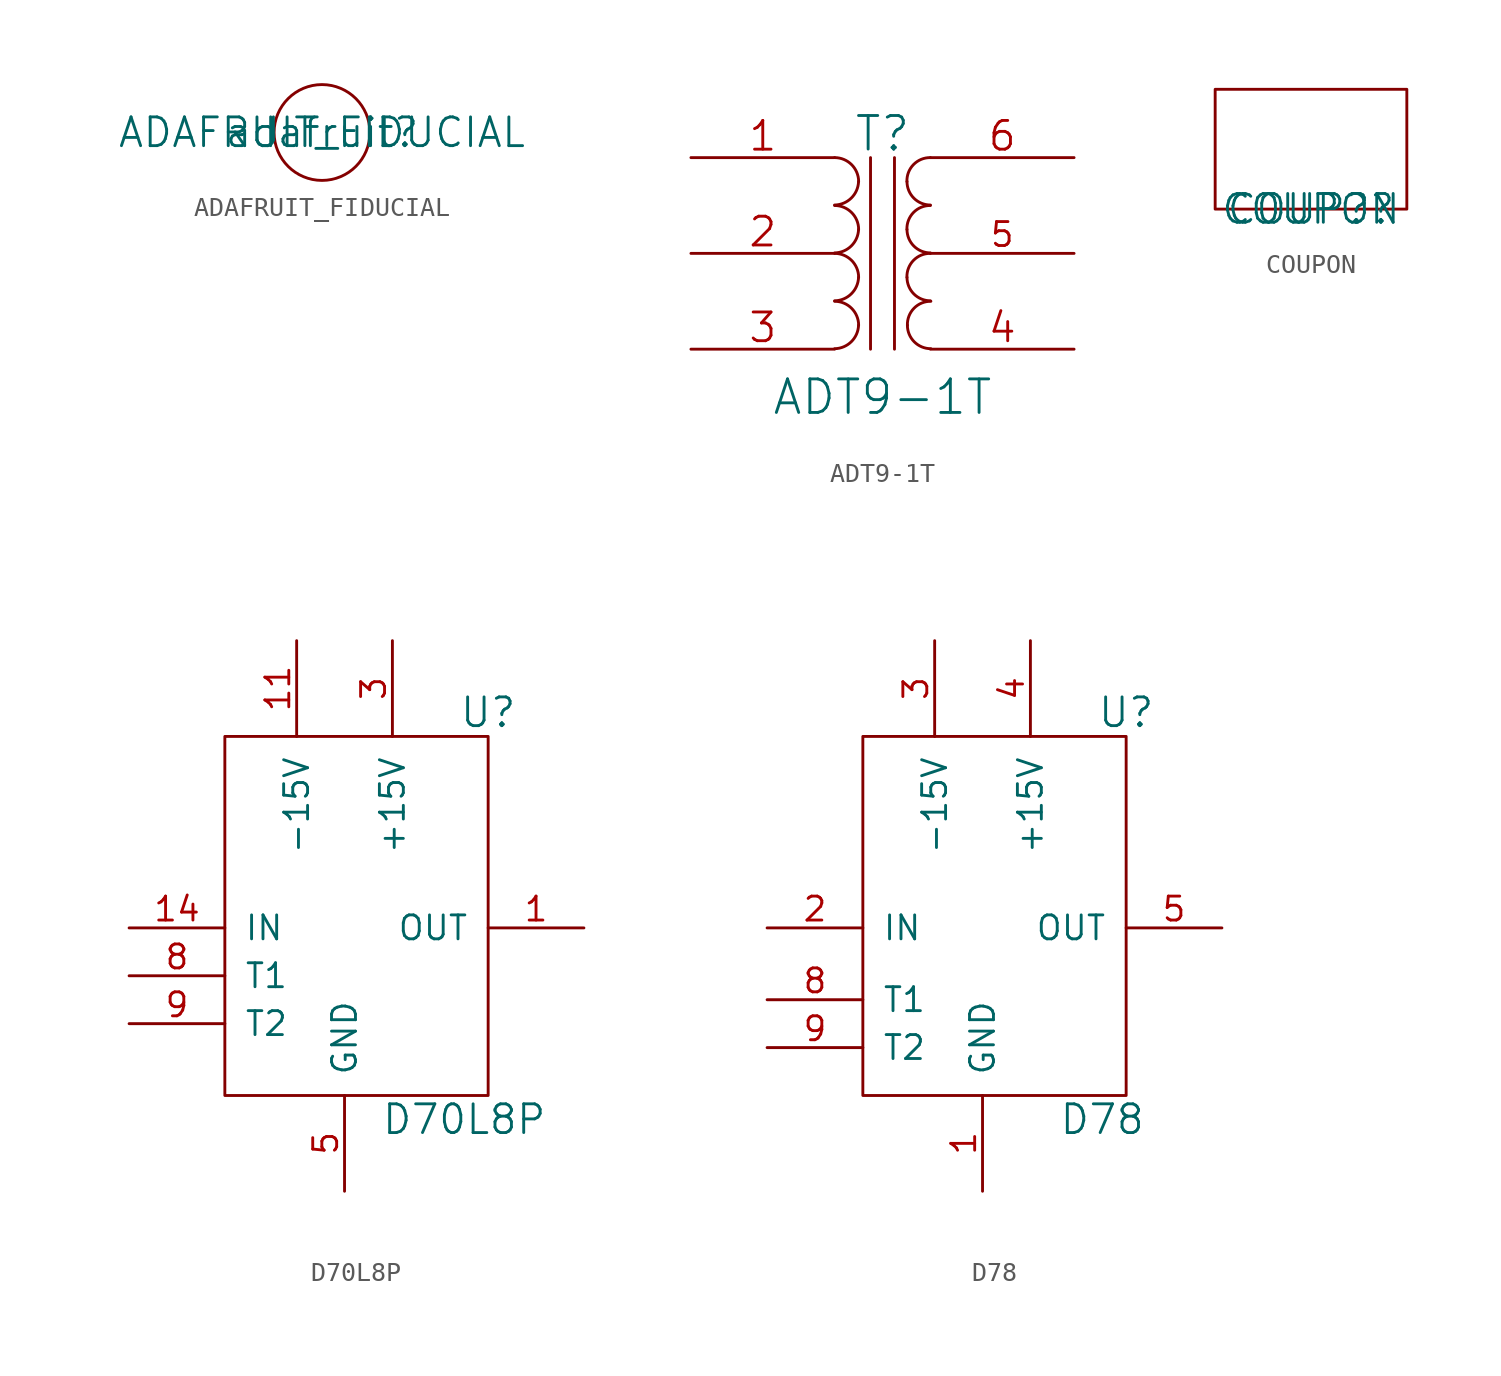
<source format=kicad_sym>
(kicad_symbol_lib
  (version 20211014)
  (generator kicad_symbol_editor)
  (symbol "ADAFRUIT_FIDUCIAL"
    (pin_numbers hide)
    (pin_names
      (offset 0.025) hide)
    (property "Reference" "adafruit"
      (at 0 0 0)
      (effects (font (size 1.524 1.524))))
    (property "Value" "ADAFRUIT_FIDUCIAL"
      (at 0 0 0)
      (effects (font (size 1.524 1.524))))
    (property "Footprint" ""
      (at 0 0 0)
      (effects (font (size 1.524 1.524))))
    (property "Datasheet" ""
      (at 0 0 0)
      (effects (font (size 1.524 1.524))))
    (symbol "ADAFRUIT_FIDUCIAL_1_1"
      (circle (center 0 0) (radius 2.54) (stroke (width 0) (type default) (color 0 0 0 0)) (fill (type none)))))
  (symbol "ADT9-1T"
    (pin_names
      (offset 1.016) hide)
    (property "Reference" "T"
      (at 0 6.35 0)
      (effects (font (size 1.778 1.778))))
    (property "Value" "ADT9-1T"
      (at 0 -7.62 0)
      (effects (font (size 1.778 1.778))))
    (property "Footprint" ""
      (at 0 0 0)
      (effects (font (size 1.524 1.524))))
    (property "Datasheet" ""
      (at 0 0 0)
      (effects (font (size 1.524 1.524))))
    (symbol "ADT9-1T_0_1"
      (arc (start -2.54 -5.0546) (mid -1.6599 -4.6901) (end -1.27 -3.81) (stroke (width 0) (type default) (color 0 0 0 0)) (fill (type none)))
      (arc (start -2.54 -2.5146) (mid -1.6599 -2.1501) (end -1.27 -1.27) (stroke (width 0) (type default) (color 0 0 0 0)) (fill (type none)))
      (arc (start -2.54 0.0254) (mid -1.6599 0.3899) (end -1.27 1.27) (stroke (width 0) (type default) (color 0 0 0 0)) (fill (type none)))
      (arc (start -2.54 2.5654) (mid -1.6599 2.9299) (end -1.27 3.81) (stroke (width 0) (type default) (color 0 0 0 0)) (fill (type none)))
      (arc (start -1.27 -3.81) (mid -1.642 -2.912) (end -2.54 -2.54) (stroke (width 0) (type default) (color 0 0 0 0)) (fill (type none)))
      (arc (start -1.27 -1.27) (mid -1.642 -0.372) (end -2.54 0) (stroke (width 0) (type default) (color 0 0 0 0)) (fill (type none)))
      (arc (start -1.27 1.27) (mid -1.642 2.168) (end -2.54 2.54) (stroke (width 0) (type default) (color 0 0 0 0)) (fill (type none)))
      (arc (start -1.27 3.81) (mid -1.642 4.708) (end -2.54 5.08) (stroke (width 0) (type default) (color 0 0 0 0)) (fill (type none)))
      (polyline (pts (xy -0.635 5.08) (xy -0.635 -5.08)) (stroke (width 0) (type default) (color 0 0 0 0)) (fill (type none)))
      (polyline (pts (xy 0.635 -5.08) (xy 0.635 5.08)) (stroke (width 0) (type default) (color 0 0 0 0)) (fill (type none)))
      (arc (start 1.2954 -1.27) (mid 1.6599 -2.1501) (end 2.54 -2.5146) (stroke (width 0) (type default) (color 0 0 0 0)) (fill (type none)))
      (arc (start 1.2954 1.27) (mid 1.6599 0.3899) (end 2.54 0.0254) (stroke (width 0) (type default) (color 0 0 0 0)) (fill (type none)))
      (arc (start 1.2954 3.81) (mid 1.6599 2.9299) (end 2.54 2.5654) (stroke (width 0) (type default) (color 0 0 0 0)) (fill (type none)))
      (arc (start 1.3208 -3.81) (mid 1.6853 -4.6901) (end 2.5654 -5.0546) (stroke (width 0) (type default) (color 0 0 0 0)) (fill (type none)))
      (arc (start 2.54 0) (mid 1.642 -0.372) (end 1.2954 -1.27) (stroke (width 0) (type default) (color 0 0 0 0)) (fill (type none)))
      (arc (start 2.54 2.54) (mid 1.642 2.168) (end 1.2954 1.27) (stroke (width 0) (type default) (color 0 0 0 0)) (fill (type none)))
      (arc (start 2.54 5.08) (mid 1.642 4.708) (end 1.2954 3.81) (stroke (width 0) (type default) (color 0 0 0 0)) (fill (type none)))
      (arc (start 2.5654 -2.54) (mid 1.6674 -2.912) (end 1.3208 -3.81) (stroke (width 0) (type default) (color 0 0 0 0)) (fill (type none))))
    (symbol "ADT9-1T_1_1"
      (pin passive line (at -10.16 5.08 0) (length 7.62) (name "PR1" (effects (font (size 1.524 1.524)))) (number "1" (effects (font (size 1.524 1.524)))))
      (pin passive line (at -10.16 0 0) (length 7.62) (name "PM" (effects (font (size 1.524 1.524)))) (number "2" (effects (font (size 1.524 1.524)))))
      (pin passive line (at -10.16 -5.08 0) (length 7.62) (name "PR2" (effects (font (size 1.524 1.524)))) (number "3" (effects (font (size 1.524 1.524)))))
      (pin passive line (at 10.16 -5.08 180) (length 7.62) (name "S2" (effects (font (size 1.524 1.524)))) (number "4" (effects (font (size 1.524 1.524)))))
      (pin passive line (at 10.16 0 180) (length 7.62) (name "SM" (effects (font (size 1.27 1.27)))) (number "5" (effects (font (size 1.27 1.27)))))
      (pin passive line (at 10.16 5.08 180) (length 7.62) (name "S1" (effects (font (size 1.524 1.524)))) (number "6" (effects (font (size 1.524 1.524)))))))
  (symbol "COUPON"
    (pin_names
      (offset 1.016))
    (property "Reference" "COUP?"
      (at 0 0 0)
      (effects (font (size 1.524 1.524))))
    (property "Value" "COUPON"
      (at 0 0 0)
      (effects (font (size 1.524 1.524))))
    (property "Footprint" ""
      (at 0 0 0)
      (effects (font (size 1.524 1.524))))
    (property "Datasheet" ""
      (at 0 0 0)
      (effects (font (size 1.524 1.524))))
    (symbol "COUPON_0_1"
      (rectangle (start -5.08 0) (end 5.08 6.35) (stroke (width 0) (type default) (color 0 0 0 0)) (fill (type none)))))
  (symbol "D70L8P"
    (pin_names
      (offset 1.016))
    (property "Reference" "U"
      (at 7.62 11.43 0)
      (effects (font (size 1.524 1.524))))
    (property "Value" "D70L8P"
      (at 6.35 -10.16 0)
      (effects (font (size 1.524 1.524))))
    (property "Footprint" ""
      (at 0 0 0)
      (effects (font (size 1.524 1.524))))
    (property "Datasheet" ""
      (at 0 0 0)
      (effects (font (size 1.524 1.524))))
    (symbol "D70L8P_0_1"
      (rectangle (start -6.35 10.16) (end 7.62 -8.89) (stroke (width 0) (type default) (color 0 0 0 0)) (fill (type none))))
    (symbol "D70L8P_1_1"
      (pin output line (at 12.7 0 180) (length 5.08) (name "OUT" (effects (font (size 1.27 1.27)))) (number "1" (effects (font (size 1.27 1.27)))))
      (pin power_in line (at -2.54 15.24 270) (length 5.08) (name "-15V" (effects (font (size 1.27 1.27)))) (number "11" (effects (font (size 1.27 1.27)))))
      (pin power_in line (at -11.43 0 0) (length 5.08) (name "IN" (effects (font (size 1.27 1.27)))) (number "14" (effects (font (size 1.27 1.27)))))
      (pin power_in line (at 2.54 15.24 270) (length 5.08) (name "+15V" (effects (font (size 1.27 1.27)))) (number "3" (effects (font (size 1.27 1.27)))))
      (pin power_in line (at 0 -13.97 90) (length 5.08) (name "GND" (effects (font (size 1.27 1.27)))) (number "5" (effects (font (size 1.27 1.27)))))
      (pin input line (at -11.43 -2.54 0) (length 5.08) (name "T1" (effects (font (size 1.27 1.27)))) (number "8" (effects (font (size 1.27 1.27)))))
      (pin input line (at -11.43 -5.08 0) (length 5.08) (name "T2" (effects (font (size 1.27 1.27)))) (number "9" (effects (font (size 1.27 1.27)))))))
  (symbol "D78"
    (pin_names
      (offset 1.016))
    (property "Reference" "U"
      (at 7.62 11.43 0)
      (effects (font (size 1.524 1.524))))
    (property "Value" "D78"
      (at 6.35 -10.16 0)
      (effects (font (size 1.524 1.524))))
    (property "Footprint" ""
      (at 0 0 0)
      (effects (font (size 1.524 1.524))))
    (property "Datasheet" ""
      (at 0 0 0)
      (effects (font (size 1.524 1.524))))
    (symbol "D78_0_1"
      (rectangle (start -6.35 10.16) (end 7.62 -8.89) (stroke (width 0) (type default) (color 0 0 0 0)) (fill (type none))))
    (symbol "D78_1_1"
      (pin power_in line (at 0 -13.97 90) (length 5.08) (name "GND" (effects (font (size 1.27 1.27)))) (number "1" (effects (font (size 1.27 1.27)))))
      (pin input line (at -11.43 0 0) (length 5.08) (name "IN" (effects (font (size 1.27 1.27)))) (number "2" (effects (font (size 1.27 1.27)))))
      (pin power_in line (at -2.54 15.24 270) (length 5.08) (name "-15V" (effects (font (size 1.27 1.27)))) (number "3" (effects (font (size 1.27 1.27)))))
      (pin power_in line (at 2.54 15.24 270) (length 5.08) (name "+15V" (effects (font (size 1.27 1.27)))) (number "4" (effects (font (size 1.27 1.27)))))
      (pin output line (at 12.7 0 180) (length 5.08) (name "OUT" (effects (font (size 1.27 1.27)))) (number "5" (effects (font (size 1.27 1.27)))))
      (pin input line (at -11.43 -3.81 0) (length 5.08) (name "T1" (effects (font (size 1.27 1.27)))) (number "8" (effects (font (size 1.27 1.27)))))
      (pin input line (at -11.43 -6.35 0) (length 5.08) (name "T2" (effects (font (size 1.27 1.27)))) (number "9" (effects (font (size 1.27 1.27))))))))
</source>
